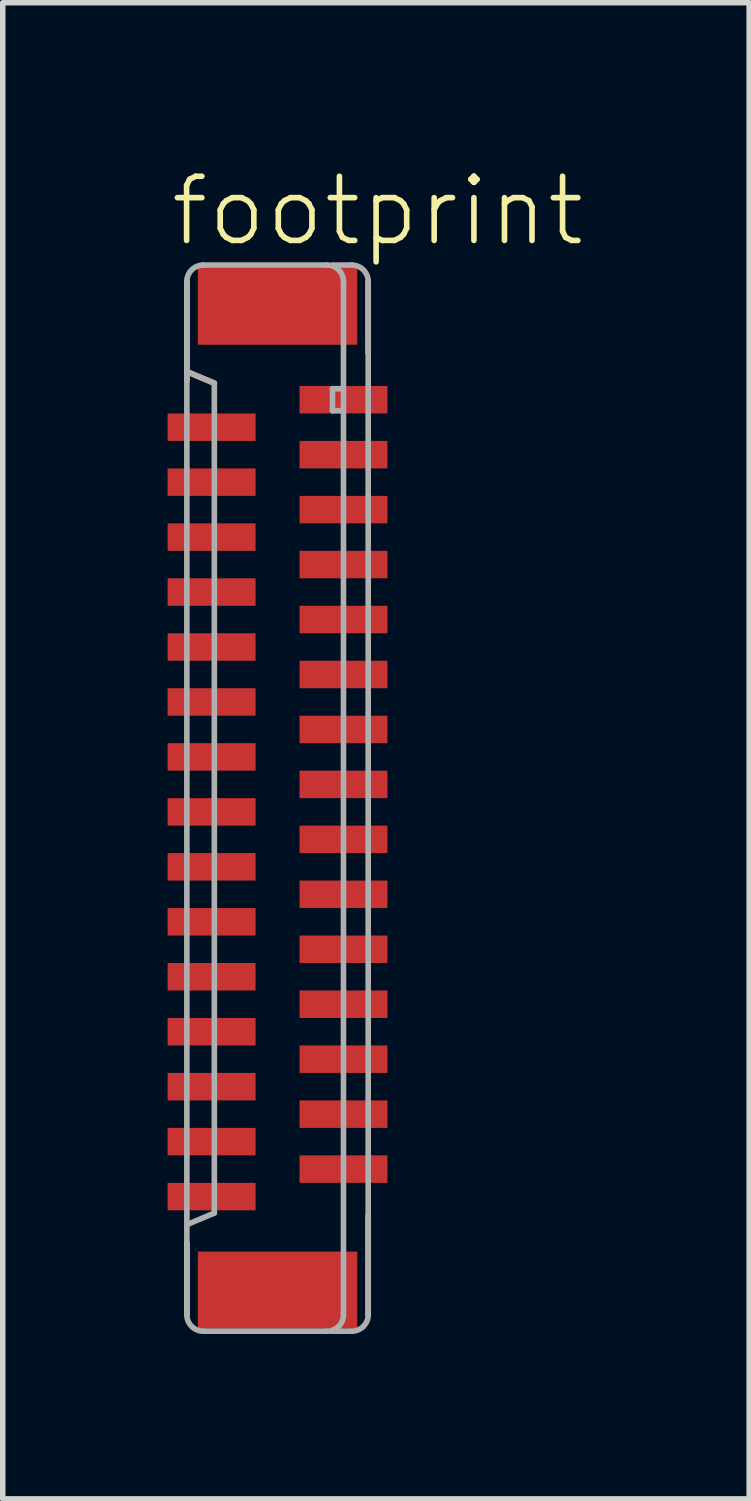
<source format=kicad_pcb>
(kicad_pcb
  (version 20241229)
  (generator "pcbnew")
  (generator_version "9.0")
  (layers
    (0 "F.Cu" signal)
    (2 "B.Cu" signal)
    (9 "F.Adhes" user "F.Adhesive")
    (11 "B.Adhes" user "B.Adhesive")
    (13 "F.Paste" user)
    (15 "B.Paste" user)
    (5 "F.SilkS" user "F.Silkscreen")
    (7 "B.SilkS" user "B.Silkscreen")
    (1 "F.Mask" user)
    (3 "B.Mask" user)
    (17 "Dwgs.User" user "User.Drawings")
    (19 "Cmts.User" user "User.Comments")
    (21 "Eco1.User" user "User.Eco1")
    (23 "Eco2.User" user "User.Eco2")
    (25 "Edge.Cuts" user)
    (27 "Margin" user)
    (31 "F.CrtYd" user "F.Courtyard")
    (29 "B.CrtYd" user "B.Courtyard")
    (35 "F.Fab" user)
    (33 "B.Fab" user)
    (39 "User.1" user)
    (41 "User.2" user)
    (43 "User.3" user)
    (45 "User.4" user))
  (footprint "footprint"
    (layer "F.Cu")
    (at 2 11.473)
    (property "Reference" "footprint" (at -2 -10 0) (layer "F.SilkS") (effects (font (size 1.168 1.168) (thickness 0.102)) (justify left bottom)))
    (fp_line (start -1.65 -9.4) (end -1.65 -7.6) (stroke (width 0.102) (type solid)) (layer "F.SilkS"))
    (fp_line (start -1.65 8.1) (end -1.65 9.4) (stroke (width 0.102) (type solid)) (layer "F.SilkS"))
    (fp_line (start -1.625 -7.75) (end -1.15 -7.55) (stroke (width 0.102) (type solid)) (layer "F.SilkS"))
    (fp_line (start 1.65 -8.1) (end 1.65 -9.4) (stroke (width 0.102) (type solid)) (layer "F.SilkS"))
    (fp_line (start 1.65 9.4) (end 1.65 7.6) (stroke (width 0.102) (type solid)) (layer "F.SilkS"))
    (fp_line (start -1.65 -9.4) (end -1.65 9.4) (stroke (width 0.102) (type solid)) (layer "F.Fab"))
    (fp_line (start -1.625 -7.75) (end -1.15 -7.55) (stroke (width 0.102) (type solid)) (layer "F.Fab"))
    (fp_line (start -1.35 9.7) (end 0.9 9.7) (stroke (width 0.102) (type solid)) (layer "F.Fab"))
    (fp_line (start -1.15 -7.55) (end -1.15 7.55) (stroke (width 0.102) (type solid)) (layer "F.Fab"))
    (fp_line (start -1.15 7.55) (end -1.625 7.75) (stroke (width 0.102) (type solid)) (layer "F.Fab"))
    (fp_line (start 0.9 -9.7) (end -1.35 -9.7) (stroke (width 0.102) (type solid)) (layer "F.Fab"))
    (fp_line (start 0.975 9.7) (end 1.35 9.7) (stroke (width 0.102) (type solid)) (layer "F.Fab"))
    (fp_line (start 1 -9.7) (end 1.35 -9.7) (stroke (width 0.102) (type solid)) (layer "F.Fab"))
    (fp_line (start 1 -7.45) (end 1 -7.05) (stroke (width 0.102) (type solid)) (layer "F.Fab"))
    (fp_line (start 1 -7.05) (end 1.15 -7.05) (stroke (width 0.102) (type solid)) (layer "F.Fab"))
    (fp_line (start 1.15 -7.45) (end 1 -7.45) (stroke (width 0.102) (type solid)) (layer "F.Fab"))
    (fp_line (start 1.2 9.4) (end 1.2 -9.4) (stroke (width 0.102) (type solid)) (layer "F.Fab"))
    (fp_line (start 1.65 9.4) (end 1.65 -9.4) (stroke (width 0.102) (type solid)) (layer "F.Fab"))
    (fp_arc (start -1.65 -9.4) (mid -1.562132 -9.612132) (end -1.35 -9.7) (stroke (width 0.1016) (type solid)) (layer "F.Fab"))
    (fp_arc (start -1.35 9.7) (mid -1.562132 9.612132) (end -1.65 9.4) (stroke (width 0.1016) (type solid)) (layer "F.Fab"))
    (fp_arc (start 0.9 -9.7) (mid 1.112132 -9.612132) (end 1.2 -9.4) (stroke (width 0.1016) (type solid)) (layer "F.Fab"))
    (fp_arc (start 1.2 9.4) (mid 1.112132 9.612132) (end 0.9 9.7) (stroke (width 0.1016) (type solid)) (layer "F.Fab"))
    (fp_arc (start 1.35 -9.7) (mid 1.562132 -9.612132) (end 1.65 -9.4) (stroke (width 0.1016) (type solid)) (layer "F.Fab"))
    (fp_arc (start 1.65 9.4) (mid 1.562132 9.612132) (end 1.35 9.7) (stroke (width 0.1016) (type solid)) (layer "F.Fab"))
    (pad "1" smd rect (at 1.2 -7.25 270) (size 0.5 1.6) (layers "F.Cu" "F.Mask" "F.Paste"))
    (pad "2" smd rect (at -1.2 -6.75 90) (size 0.5 1.6) (layers "F.Cu" "F.Mask" "F.Paste"))
    (pad "3" smd rect (at 1.2 -6.25 270) (size 0.5 1.6) (layers "F.Cu" "F.Mask" "F.Paste"))
    (pad "4" smd rect (at -1.2 -5.75 90) (size 0.5 1.6) (layers "F.Cu" "F.Mask" "F.Paste"))
    (pad "5" smd rect (at 1.2 -5.25 270) (size 0.5 1.6) (layers "F.Cu" "F.Mask" "F.Paste"))
    (pad "6" smd rect (at -1.2 -4.75 90) (size 0.5 1.6) (layers "F.Cu" "F.Mask" "F.Paste"))
    (pad "7" smd rect (at 1.2 -4.25 270) (size 0.5 1.6) (layers "F.Cu" "F.Mask" "F.Paste"))
    (pad "8" smd rect (at -1.2 -3.75 90) (size 0.5 1.6) (layers "F.Cu" "F.Mask" "F.Paste"))
    (pad "9" smd rect (at 1.2 -3.25 270) (size 0.5 1.6) (layers "F.Cu" "F.Mask" "F.Paste"))
    (pad "10" smd rect (at -1.2 -2.75 90) (size 0.5 1.6) (layers "F.Cu" "F.Mask" "F.Paste"))
    (pad "11" smd rect (at 1.2 -2.25 270) (size 0.5 1.6) (layers "F.Cu" "F.Mask" "F.Paste"))
    (pad "12" smd rect (at -1.2 -1.75 90) (size 0.5 1.6) (layers "F.Cu" "F.Mask" "F.Paste"))
    (pad "13" smd rect (at 1.2 -1.25 270) (size 0.5 1.6) (layers "F.Cu" "F.Mask" "F.Paste"))
    (pad "14" smd rect (at -1.2 -0.75 90) (size 0.5 1.6) (layers "F.Cu" "F.Mask" "F.Paste"))
    (pad "15" smd rect (at 1.2 -0.25 270) (size 0.5 1.6) (layers "F.Cu" "F.Mask" "F.Paste"))
    (pad "16" smd rect (at -1.2 0.25 90) (size 0.5 1.6) (layers "F.Cu" "F.Mask" "F.Paste"))
    (pad "17" smd rect (at 1.2 0.75 270) (size 0.5 1.6) (layers "F.Cu" "F.Mask" "F.Paste"))
    (pad "18" smd rect (at -1.2 1.25 90) (size 0.5 1.6) (layers "F.Cu" "F.Mask" "F.Paste"))
    (pad "19" smd rect (at 1.2 1.75 270) (size 0.5 1.6) (layers "F.Cu" "F.Mask" "F.Paste"))
    (pad "20" smd rect (at -1.2 2.25 90) (size 0.5 1.6) (layers "F.Cu" "F.Mask" "F.Paste"))
    (pad "21" smd rect (at 1.2 2.75 270) (size 0.5 1.6) (layers "F.Cu" "F.Mask" "F.Paste"))
    (pad "22" smd rect (at -1.2 3.25 90) (size 0.5 1.6) (layers "F.Cu" "F.Mask" "F.Paste"))
    (pad "23" smd rect (at 1.2 3.75 270) (size 0.5 1.6) (layers "F.Cu" "F.Mask" "F.Paste"))
    (pad "24" smd rect (at -1.2 4.25 90) (size 0.5 1.6) (layers "F.Cu" "F.Mask" "F.Paste"))
    (pad "25" smd rect (at 1.2 4.75 270) (size 0.5 1.6) (layers "F.Cu" "F.Mask" "F.Paste"))
    (pad "26" smd rect (at -1.2 5.25 90) (size 0.5 1.6) (layers "F.Cu" "F.Mask" "F.Paste"))
    (pad "27" smd rect (at 1.2 5.75 270) (size 0.5 1.6) (layers "F.Cu" "F.Mask" "F.Paste"))
    (pad "28" smd rect (at -1.2 6.25 90) (size 0.5 1.6) (layers "F.Cu" "F.Mask" "F.Paste"))
    (pad "29" smd rect (at 1.2 6.75 270) (size 0.5 1.6) (layers "F.Cu" "F.Mask" "F.Paste"))
    (pad "30" smd rect (at -1.2 7.25 90) (size 0.5 1.6) (layers "F.Cu" "F.Mask" "F.Paste"))
    (pad "M1" smd rect (at 0 -8.95 270) (size 1.4 2.9) (layers "F.Cu" "F.Mask" "F.Paste"))
    (pad "M2" smd rect (at 0 8.95 270) (size 1.4 2.9) (layers "F.Cu" "F.Mask" "F.Paste")))
  (gr_rect
    (start -3 -3)
    (end 10.582 24.224)
    (stroke (width 0.1) (type default))
    (fill no)
    (layer "Edge.Cuts")))
</source>
